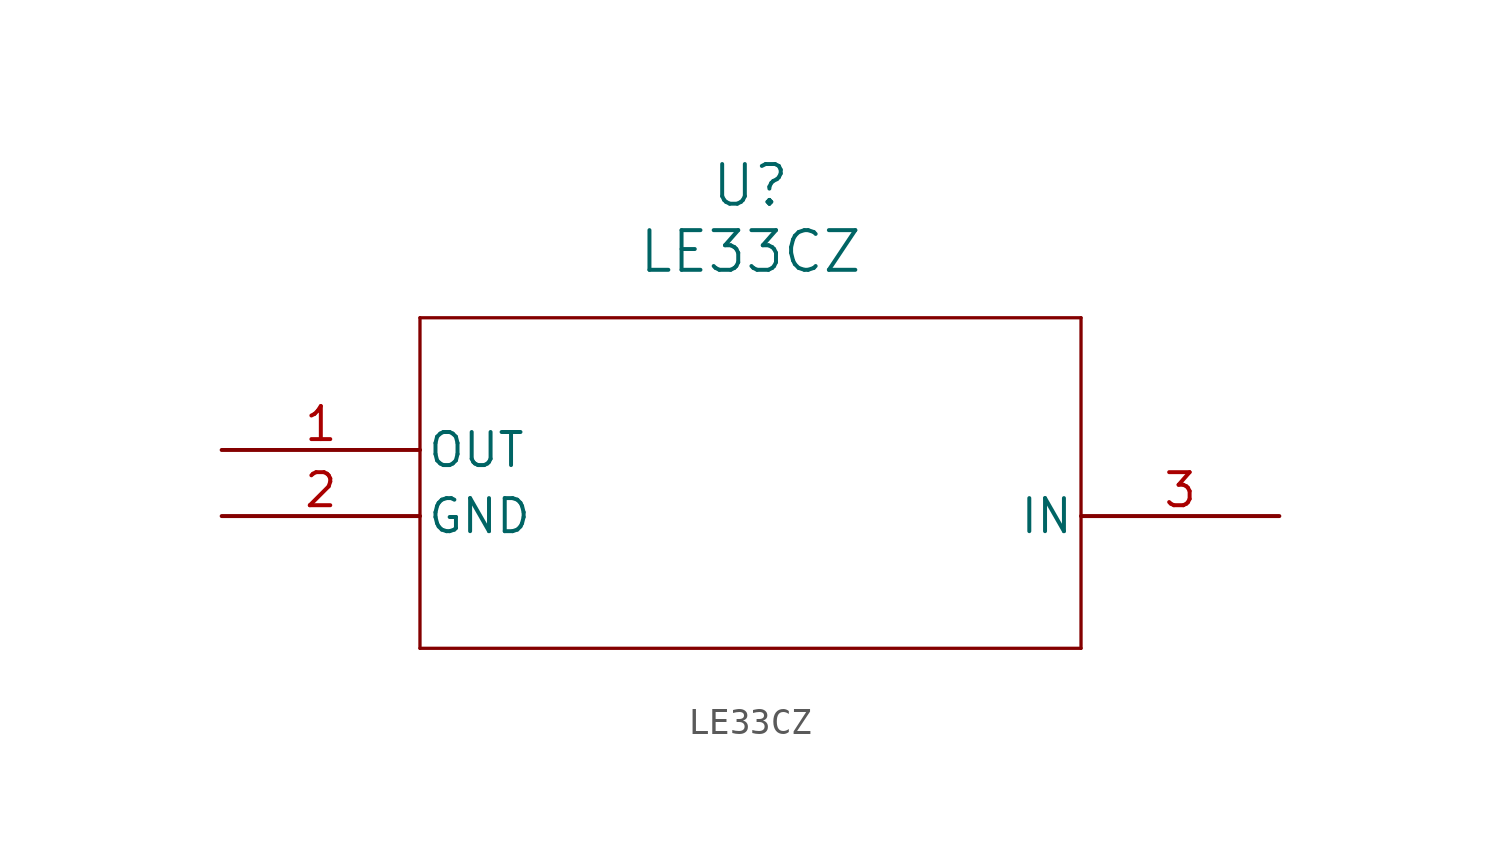
<source format=kicad_sym>
(kicad_symbol_lib
  (version 20211014)
  (generator kicad_symbol_editor)
  (symbol "LE33CZ"
    (pin_names
      (offset 0.254))
    (property "Reference" "U"
      (at 20.32 10.16 0)
      (effects (font (size 1.524 1.524))))
    (property "Value" "LE33CZ"
      (at 20.32 7.62 0)
      (effects (font (size 1.524 1.524))))
    (symbol "LE33CZ_0_1"
      (polyline (pts (xy 7.62 5.08) (xy 7.62 -7.62)) (stroke (width 0.127) (type default) (color 0 0 0 0)) (fill (type none)))
      (polyline (pts (xy 7.62 -7.62) (xy 33.02 -7.62)) (stroke (width 0.127) (type default) (color 0 0 0 0)) (fill (type none)))
      (polyline (pts (xy 33.02 -7.62) (xy 33.02 5.08)) (stroke (width 0.127) (type default) (color 0 0 0 0)) (fill (type none)))
      (polyline (pts (xy 33.02 5.08) (xy 7.62 5.08)) (stroke (width 0.127) (type default) (color 0 0 0 0)) (fill (type none)))
      (pin power_in line (at 0 0 0) (length 7.62) (name "OUT" (effects (font (size 1.27 1.27)))) (number "1" (effects (font (size 1.27 1.27)))))
      (pin power_in line (at 0 -2.54 0) (length 7.62) (name "GND" (effects (font (size 1.27 1.27)))) (number "2" (effects (font (size 1.27 1.27)))))
      (pin power_in line (at 40.64 -2.54 180) (length 7.62) (name "IN" (effects (font (size 1.27 1.27)))) (number "3" (effects (font (size 1.27 1.27))))))))
</source>
